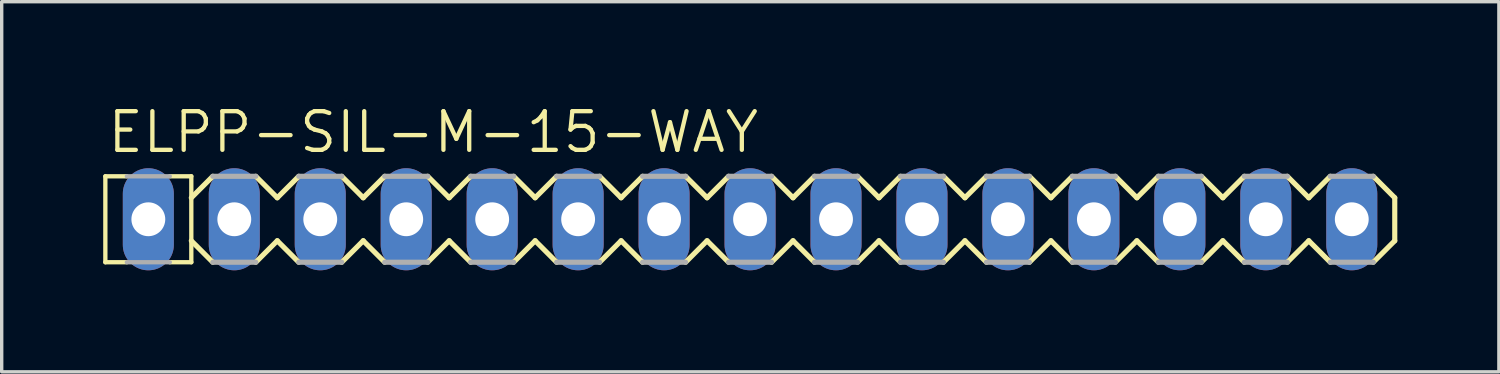
<source format=kicad_pcb>
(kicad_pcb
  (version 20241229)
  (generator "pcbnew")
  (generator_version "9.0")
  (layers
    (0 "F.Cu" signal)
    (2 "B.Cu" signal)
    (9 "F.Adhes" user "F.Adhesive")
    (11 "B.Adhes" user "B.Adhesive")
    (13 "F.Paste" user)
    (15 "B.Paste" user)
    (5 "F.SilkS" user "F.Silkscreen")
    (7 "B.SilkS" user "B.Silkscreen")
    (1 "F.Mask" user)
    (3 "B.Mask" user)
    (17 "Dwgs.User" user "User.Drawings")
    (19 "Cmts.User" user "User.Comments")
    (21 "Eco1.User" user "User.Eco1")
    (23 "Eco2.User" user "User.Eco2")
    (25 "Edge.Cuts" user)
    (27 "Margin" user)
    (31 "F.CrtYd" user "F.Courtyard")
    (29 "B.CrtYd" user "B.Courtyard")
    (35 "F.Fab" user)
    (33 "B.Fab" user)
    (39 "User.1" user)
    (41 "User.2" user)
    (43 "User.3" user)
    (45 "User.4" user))
  (footprint "ELPP-SIL-M-15-WAY"
    (layer "F.Cu")
    (at 6.413 3.429)
    (property "Reference" "ELPP-SIL-M-15-WAY" (at -6.35 -1.905 0) (unlocked yes) (layer "F.SilkS") (effects (font (size 1.143 1.143) (thickness 0.127)) (justify left bottom)))
    (fp_line (start -6.35 -1.27) (end -6.35 1.27) (stroke (width 0.127) (type solid)) (layer "F.SilkS"))
    (fp_line (start -6.35 -1.27) (end -5.715 -1.27) (stroke (width 0.127) (type solid)) (layer "F.SilkS"))
    (fp_line (start -6.35 1.27) (end -5.715 1.27) (stroke (width 0.127) (type solid)) (layer "F.SilkS"))
    (fp_line (start -3.81 -1.27) (end -4.445 -1.27) (stroke (width 0.127) (type solid)) (layer "F.SilkS"))
    (fp_line (start -3.81 -1.27) (end -3.81 1.27) (stroke (width 0.127) (type solid)) (layer "F.SilkS"))
    (fp_line (start -3.81 -0.635) (end -3.175 -1.27) (stroke (width 0.152) (type solid)) (layer "F.SilkS"))
    (fp_line (start -3.81 1.27) (end -4.445 1.27) (stroke (width 0.127) (type solid)) (layer "F.SilkS"))
    (fp_line (start -3.175 1.27) (end -3.81 0.635) (stroke (width 0.152) (type solid)) (layer "F.SilkS"))
    (fp_line (start -1.905 -1.27) (end -1.27 -0.635) (stroke (width 0.152) (type solid)) (layer "F.SilkS"))
    (fp_line (start -1.27 -0.635) (end -0.635 -1.27) (stroke (width 0.152) (type solid)) (layer "F.SilkS"))
    (fp_line (start -1.27 0.635) (end -1.905 1.27) (stroke (width 0.152) (type solid)) (layer "F.SilkS"))
    (fp_line (start -0.635 1.27) (end -1.27 0.635) (stroke (width 0.152) (type solid)) (layer "F.SilkS"))
    (fp_line (start 0.635 -1.27) (end 1.27 -0.635) (stroke (width 0.152) (type solid)) (layer "F.SilkS"))
    (fp_line (start 1.27 0.635) (end 0.635 1.27) (stroke (width 0.152) (type solid)) (layer "F.SilkS"))
    (fp_line (start 1.27 0.635) (end 1.905 1.27) (stroke (width 0.152) (type solid)) (layer "F.SilkS"))
    (fp_line (start 1.905 -1.27) (end 1.27 -0.635) (stroke (width 0.152) (type solid)) (layer "F.SilkS"))
    (fp_line (start 3.175 -1.27) (end 3.81 -0.635) (stroke (width 0.152) (type solid)) (layer "F.SilkS"))
    (fp_line (start 3.81 -0.635) (end 4.445 -1.27) (stroke (width 0.152) (type solid)) (layer "F.SilkS"))
    (fp_line (start 3.81 0.635) (end 3.175 1.27) (stroke (width 0.152) (type solid)) (layer "F.SilkS"))
    (fp_line (start 4.445 1.27) (end 3.81 0.635) (stroke (width 0.152) (type solid)) (layer "F.SilkS"))
    (fp_line (start 5.715 -1.27) (end 6.35 -0.635) (stroke (width 0.152) (type solid)) (layer "F.SilkS"))
    (fp_line (start 6.35 -0.635) (end 6.985 -1.27) (stroke (width 0.152) (type solid)) (layer "F.SilkS"))
    (fp_line (start 6.35 0.635) (end 5.715 1.27) (stroke (width 0.152) (type solid)) (layer "F.SilkS"))
    (fp_line (start 6.985 1.27) (end 6.35 0.635) (stroke (width 0.152) (type solid)) (layer "F.SilkS"))
    (fp_line (start 8.255 -1.27) (end 8.89 -0.635) (stroke (width 0.152) (type solid)) (layer "F.SilkS"))
    (fp_line (start 8.89 -0.635) (end 9.525 -1.27) (stroke (width 0.152) (type solid)) (layer "F.SilkS"))
    (fp_line (start 8.89 0.635) (end 8.255 1.27) (stroke (width 0.152) (type solid)) (layer "F.SilkS"))
    (fp_line (start 9.525 1.27) (end 8.89 0.635) (stroke (width 0.152) (type solid)) (layer "F.SilkS"))
    (fp_line (start 10.795 -1.27) (end 11.43 -0.635) (stroke (width 0.152) (type solid)) (layer "F.SilkS"))
    (fp_line (start 11.43 -0.635) (end 12.065 -1.27) (stroke (width 0.152) (type solid)) (layer "F.SilkS"))
    (fp_line (start 11.43 0.635) (end 10.795 1.27) (stroke (width 0.152) (type solid)) (layer "F.SilkS"))
    (fp_line (start 12.065 1.27) (end 11.43 0.635) (stroke (width 0.152) (type solid)) (layer "F.SilkS"))
    (fp_line (start 13.335 -1.27) (end 13.97 -0.635) (stroke (width 0.152) (type solid)) (layer "F.SilkS"))
    (fp_line (start 13.97 -0.635) (end 14.605 -1.27) (stroke (width 0.152) (type solid)) (layer "F.SilkS"))
    (fp_line (start 13.97 0.635) (end 13.335 1.27) (stroke (width 0.152) (type solid)) (layer "F.SilkS"))
    (fp_line (start 14.605 1.27) (end 13.97 0.635) (stroke (width 0.152) (type solid)) (layer "F.SilkS"))
    (fp_line (start 15.875 -1.27) (end 16.51 -0.635) (stroke (width 0.152) (type solid)) (layer "F.SilkS"))
    (fp_line (start 16.51 -0.635) (end 17.145 -1.27) (stroke (width 0.152) (type solid)) (layer "F.SilkS"))
    (fp_line (start 16.51 0.635) (end 15.875 1.27) (stroke (width 0.152) (type solid)) (layer "F.SilkS"))
    (fp_line (start 17.145 1.27) (end 16.51 0.635) (stroke (width 0.152) (type solid)) (layer "F.SilkS"))
    (fp_line (start 18.415 -1.27) (end 19.05 -0.635) (stroke (width 0.152) (type solid)) (layer "F.SilkS"))
    (fp_line (start 19.05 -0.635) (end 19.685 -1.27) (stroke (width 0.152) (type solid)) (layer "F.SilkS"))
    (fp_line (start 19.05 0.635) (end 18.415 1.27) (stroke (width 0.152) (type solid)) (layer "F.SilkS"))
    (fp_line (start 19.685 1.27) (end 19.05 0.635) (stroke (width 0.152) (type solid)) (layer "F.SilkS"))
    (fp_line (start 20.955 -1.27) (end 21.59 -0.635) (stroke (width 0.152) (type solid)) (layer "F.SilkS"))
    (fp_line (start 21.59 -0.635) (end 22.225 -1.27) (stroke (width 0.152) (type solid)) (layer "F.SilkS"))
    (fp_line (start 21.59 0.635) (end 20.955 1.27) (stroke (width 0.152) (type solid)) (layer "F.SilkS"))
    (fp_line (start 22.225 1.27) (end 21.59 0.635) (stroke (width 0.152) (type solid)) (layer "F.SilkS"))
    (fp_line (start 23.495 -1.27) (end 24.13 -0.635) (stroke (width 0.152) (type solid)) (layer "F.SilkS"))
    (fp_line (start 24.13 -0.635) (end 24.765 -1.27) (stroke (width 0.152) (type solid)) (layer "F.SilkS"))
    (fp_line (start 24.13 0.635) (end 23.495 1.27) (stroke (width 0.152) (type solid)) (layer "F.SilkS"))
    (fp_line (start 24.765 1.27) (end 24.13 0.635) (stroke (width 0.152) (type solid)) (layer "F.SilkS"))
    (fp_line (start 26.035 -1.27) (end 26.67 -0.635) (stroke (width 0.152) (type solid)) (layer "F.SilkS"))
    (fp_line (start 26.67 -0.635) (end 27.305 -1.27) (stroke (width 0.152) (type solid)) (layer "F.SilkS"))
    (fp_line (start 26.67 0.635) (end 26.035 1.27) (stroke (width 0.152) (type solid)) (layer "F.SilkS"))
    (fp_line (start 27.305 1.27) (end 26.67 0.635) (stroke (width 0.152) (type solid)) (layer "F.SilkS"))
    (fp_line (start 28.575 -1.27) (end 29.21 -0.635) (stroke (width 0.152) (type solid)) (layer "F.SilkS"))
    (fp_line (start 29.21 -0.635) (end 29.845 -1.27) (stroke (width 0.152) (type solid)) (layer "F.SilkS"))
    (fp_line (start 29.21 0.635) (end 28.575 1.27) (stroke (width 0.152) (type solid)) (layer "F.SilkS"))
    (fp_line (start 29.845 1.27) (end 29.21 0.635) (stroke (width 0.152) (type solid)) (layer "F.SilkS"))
    (fp_line (start 31.115 -1.27) (end 31.75 -0.635) (stroke (width 0.152) (type solid)) (layer "F.SilkS"))
    (fp_line (start 31.75 -0.635) (end 31.75 0.635) (stroke (width 0.152) (type solid)) (layer "F.SilkS"))
    (fp_line (start 31.75 0.635) (end 31.115 1.27) (stroke (width 0.152) (type solid)) (layer "F.SilkS"))
    (fp_line (start -5.715 -1.27) (end -4.445 -1.27) (stroke (width 0.127) (type solid)) (layer "F.Fab"))
    (fp_line (start -5.715 1.27) (end -4.445 1.27) (stroke (width 0.127) (type solid)) (layer "F.Fab"))
    (fp_line (start -3.175 -1.27) (end -1.905 -1.27) (stroke (width 0.152) (type solid)) (layer "F.Fab"))
    (fp_line (start -1.905 1.27) (end -3.175 1.27) (stroke (width 0.152) (type solid)) (layer "F.Fab"))
    (fp_line (start -0.635 -1.27) (end 0.635 -1.27) (stroke (width 0.152) (type solid)) (layer "F.Fab"))
    (fp_line (start 0.635 1.27) (end -0.635 1.27) (stroke (width 0.152) (type solid)) (layer "F.Fab"))
    (fp_line (start 1.905 -1.27) (end 3.175 -1.27) (stroke (width 0.152) (type solid)) (layer "F.Fab"))
    (fp_line (start 3.175 1.27) (end 1.905 1.27) (stroke (width 0.152) (type solid)) (layer "F.Fab"))
    (fp_line (start 4.445 -1.27) (end 5.715 -1.27) (stroke (width 0.152) (type solid)) (layer "F.Fab"))
    (fp_line (start 5.715 1.27) (end 4.445 1.27) (stroke (width 0.152) (type solid)) (layer "F.Fab"))
    (fp_line (start 6.985 -1.27) (end 8.255 -1.27) (stroke (width 0.152) (type solid)) (layer "F.Fab"))
    (fp_line (start 8.255 1.27) (end 6.985 1.27) (stroke (width 0.152) (type solid)) (layer "F.Fab"))
    (fp_line (start 9.525 -1.27) (end 10.795 -1.27) (stroke (width 0.152) (type solid)) (layer "F.Fab"))
    (fp_line (start 10.795 1.27) (end 9.525 1.27) (stroke (width 0.152) (type solid)) (layer "F.Fab"))
    (fp_line (start 12.065 -1.27) (end 13.335 -1.27) (stroke (width 0.152) (type solid)) (layer "F.Fab"))
    (fp_line (start 13.335 1.27) (end 12.065 1.27) (stroke (width 0.152) (type solid)) (layer "F.Fab"))
    (fp_line (start 14.605 -1.27) (end 15.875 -1.27) (stroke (width 0.152) (type solid)) (layer "F.Fab"))
    (fp_line (start 15.875 1.27) (end 14.605 1.27) (stroke (width 0.152) (type solid)) (layer "F.Fab"))
    (fp_line (start 17.145 -1.27) (end 18.415 -1.27) (stroke (width 0.152) (type solid)) (layer "F.Fab"))
    (fp_line (start 18.415 1.27) (end 17.145 1.27) (stroke (width 0.152) (type solid)) (layer "F.Fab"))
    (fp_line (start 19.685 -1.27) (end 20.955 -1.27) (stroke (width 0.152) (type solid)) (layer "F.Fab"))
    (fp_line (start 20.955 1.27) (end 19.685 1.27) (stroke (width 0.152) (type solid)) (layer "F.Fab"))
    (fp_line (start 22.225 -1.27) (end 23.495 -1.27) (stroke (width 0.152) (type solid)) (layer "F.Fab"))
    (fp_line (start 23.495 1.27) (end 22.225 1.27) (stroke (width 0.152) (type solid)) (layer "F.Fab"))
    (fp_line (start 24.765 -1.27) (end 26.035 -1.27) (stroke (width 0.152) (type solid)) (layer "F.Fab"))
    (fp_line (start 26.035 1.27) (end 24.765 1.27) (stroke (width 0.152) (type solid)) (layer "F.Fab"))
    (fp_line (start 27.305 -1.27) (end 28.575 -1.27) (stroke (width 0.152) (type solid)) (layer "F.Fab"))
    (fp_line (start 28.575 1.27) (end 27.305 1.27) (stroke (width 0.152) (type solid)) (layer "F.Fab"))
    (fp_line (start 29.845 -1.27) (end 31.115 -1.27) (stroke (width 0.152) (type solid)) (layer "F.Fab"))
    (fp_line (start 31.115 1.27) (end 29.845 1.27) (stroke (width 0.152) (type solid)) (layer "F.Fab"))
    (fp_poly (pts (xy -5.334 0.254) (xy -4.826 0.254) (xy -4.826 -0.254) (xy -5.334 -0.254)) (stroke (width 0.1) (type default)) (fill no) (layer "F.Fab"))
    (fp_poly (pts (xy -2.794 0.254) (xy -2.286 0.254) (xy -2.286 -0.254) (xy -2.794 -0.254)) (stroke (width 0.1) (type default)) (fill no) (layer "F.Fab"))
    (fp_poly (pts (xy -0.254 0.254) (xy 0.254 0.254) (xy 0.254 -0.254) (xy -0.254 -0.254)) (stroke (width 0.1) (type default)) (fill no) (layer "F.Fab"))
    (fp_poly (pts (xy 2.286 0.254) (xy 2.794 0.254) (xy 2.794 -0.254) (xy 2.286 -0.254)) (stroke (width 0.1) (type default)) (fill no) (layer "F.Fab"))
    (fp_poly (pts (xy 4.826 0.254) (xy 5.334 0.254) (xy 5.334 -0.254) (xy 4.826 -0.254)) (stroke (width 0.1) (type default)) (fill no) (layer "F.Fab"))
    (fp_poly (pts (xy 7.366 0.254) (xy 7.874 0.254) (xy 7.874 -0.254) (xy 7.366 -0.254)) (stroke (width 0.1) (type default)) (fill no) (layer "F.Fab"))
    (fp_poly (pts (xy 9.906 0.254) (xy 10.414 0.254) (xy 10.414 -0.254) (xy 9.906 -0.254)) (stroke (width 0.1) (type default)) (fill no) (layer "F.Fab"))
    (fp_poly (pts (xy 12.446 0.254) (xy 12.954 0.254) (xy 12.954 -0.254) (xy 12.446 -0.254)) (stroke (width 0.1) (type default)) (fill no) (layer "F.Fab"))
    (fp_poly (pts (xy 14.986 0.254) (xy 15.494 0.254) (xy 15.494 -0.254) (xy 14.986 -0.254)) (stroke (width 0.1) (type default)) (fill no) (layer "F.Fab"))
    (fp_poly (pts (xy 17.526 0.254) (xy 18.034 0.254) (xy 18.034 -0.254) (xy 17.526 -0.254)) (stroke (width 0.1) (type default)) (fill no) (layer "F.Fab"))
    (fp_poly (pts (xy 20.066 0.254) (xy 20.574 0.254) (xy 20.574 -0.254) (xy 20.066 -0.254)) (stroke (width 0.1) (type default)) (fill no) (layer "F.Fab"))
    (fp_poly (pts (xy 22.606 0.254) (xy 23.114 0.254) (xy 23.114 -0.254) (xy 22.606 -0.254)) (stroke (width 0.1) (type default)) (fill no) (layer "F.Fab"))
    (fp_poly (pts (xy 25.146 0.254) (xy 25.654 0.254) (xy 25.654 -0.254) (xy 25.146 -0.254)) (stroke (width 0.1) (type default)) (fill no) (layer "F.Fab"))
    (fp_poly (pts (xy 27.686 0.254) (xy 28.194 0.254) (xy 28.194 -0.254) (xy 27.686 -0.254)) (stroke (width 0.1) (type default)) (fill no) (layer "F.Fab"))
    (fp_poly (pts (xy 30.226 0.254) (xy 30.734 0.254) (xy 30.734 -0.254) (xy 30.226 -0.254)) (stroke (width 0.1) (type default)) (fill no) (layer "F.Fab"))
    (pad "1" thru_hole oval (at -5.08 0 90) (size 3.016 1.508) (drill 1) (layers "*.Cu" "*.Mask"))
    (pad "2" thru_hole oval (at -2.54 0 90) (size 3.016 1.508) (drill 1) (layers "*.Cu" "*.Mask"))
    (pad "3" thru_hole oval (at 0 0 90) (size 3.016 1.508) (drill 1) (layers "*.Cu" "*.Mask"))
    (pad "4" thru_hole oval (at 2.54 0 90) (size 3.016 1.508) (drill 1) (layers "*.Cu" "*.Mask"))
    (pad "5" thru_hole oval (at 5.08 0 90) (size 3.016 1.508) (drill 1) (layers "*.Cu" "*.Mask"))
    (pad "6" thru_hole oval (at 7.62 0 90) (size 3.016 1.508) (drill 1) (layers "*.Cu" "*.Mask"))
    (pad "7" thru_hole oval (at 10.16 0 90) (size 3.016 1.508) (drill 1) (layers "*.Cu" "*.Mask"))
    (pad "8" thru_hole oval (at 12.7 0 90) (size 3.016 1.508) (drill 1) (layers "*.Cu" "*.Mask"))
    (pad "9" thru_hole oval (at 15.24 0 90) (size 3.016 1.508) (drill 1) (layers "*.Cu" "*.Mask"))
    (pad "10" thru_hole oval (at 17.78 0 90) (size 3.016 1.508) (drill 1) (layers "*.Cu" "*.Mask"))
    (pad "11" thru_hole oval (at 20.32 0 90) (size 3.016 1.508) (drill 1) (layers "*.Cu" "*.Mask"))
    (pad "12" thru_hole oval (at 22.86 0 90) (size 3.016 1.508) (drill 1) (layers "*.Cu" "*.Mask"))
    (pad "13" thru_hole oval (at 25.4 0 90) (size 3.016 1.508) (drill 1) (layers "*.Cu" "*.Mask"))
    (pad "14" thru_hole oval (at 27.94 0 90) (size 3.016 1.508) (drill 1) (layers "*.Cu" "*.Mask"))
    (pad "15" thru_hole oval (at 30.48 0 90) (size 3.016 1.508) (drill 1) (layers "*.Cu" "*.Mask")))
  (gr_rect
    (start -3 -3)
    (end 41.24 7.937)
    (stroke (width 0.1) (type default))
    (fill no)
    (layer "Edge.Cuts")))
</source>
